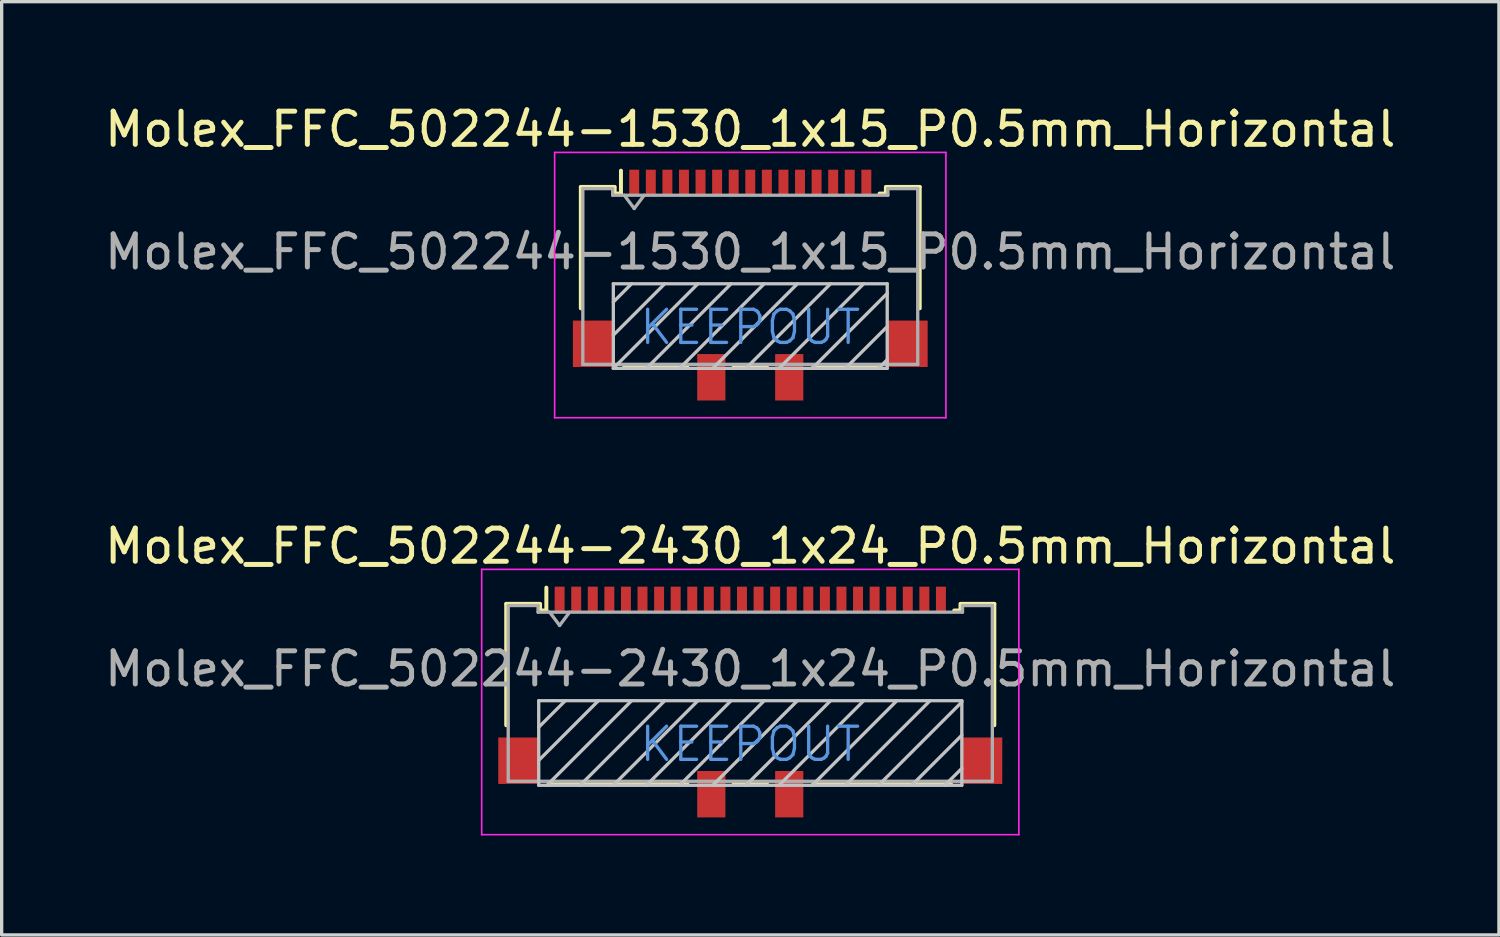
<source format=kicad_pcb>
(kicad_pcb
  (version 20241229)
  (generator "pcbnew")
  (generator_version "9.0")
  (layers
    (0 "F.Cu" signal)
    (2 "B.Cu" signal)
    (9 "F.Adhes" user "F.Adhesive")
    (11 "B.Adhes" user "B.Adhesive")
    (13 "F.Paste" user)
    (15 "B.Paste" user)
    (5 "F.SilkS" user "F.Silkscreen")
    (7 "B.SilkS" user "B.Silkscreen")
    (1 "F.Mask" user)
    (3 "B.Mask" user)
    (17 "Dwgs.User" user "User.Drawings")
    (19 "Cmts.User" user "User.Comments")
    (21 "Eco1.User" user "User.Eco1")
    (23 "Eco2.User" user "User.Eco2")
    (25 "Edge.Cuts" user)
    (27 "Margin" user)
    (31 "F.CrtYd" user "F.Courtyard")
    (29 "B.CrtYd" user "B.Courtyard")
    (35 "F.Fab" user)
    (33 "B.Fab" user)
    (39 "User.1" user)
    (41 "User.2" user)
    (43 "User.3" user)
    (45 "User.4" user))
  (footprint "Molex_FFC_502244-2430_1x24_P0.5mm_Horizontal"
    (layer "F.Cu")
    (at 19.577 18.122)
    (property "Reference" "Molex_FFC_502244-2430_1x24_P0.5mm_Horizontal" (at 0 -4.7 0) (layer "F.SilkS") (effects (font (size 1 1) (thickness 0.15))))
    (attr smd)
    (fp_line (start -7.36 -2.96) (end -6.35 -2.96) (stroke (width 0.12) (type solid)) (layer "F.SilkS"))
    (fp_line (start -7.36 0.7) (end -7.36 -2.96) (stroke (width 0.12) (type solid)) (layer "F.SilkS"))
    (fp_line (start -6.34 -2.76) (end -6.34 -2.96) (stroke (width 0.12) (type solid)) (layer "F.SilkS"))
    (fp_line (start -6.34 -2.76) (end -6.15 -2.76) (stroke (width 0.12) (type solid)) (layer "F.SilkS"))
    (fp_line (start -6.15 -2.76) (end -6.15 -3.45) (stroke (width 0.12) (type solid)) (layer "F.SilkS"))
    (fp_line (start -6.05 2.45) (end -1.9 2.45) (stroke (width 0.12) (type solid)) (layer "F.SilkS"))
    (fp_line (start -0.5 2.45) (end 0.5 2.45) (stroke (width 0.12) (type solid)) (layer "F.SilkS"))
    (fp_line (start 1.9 2.45) (end 6.05 2.45) (stroke (width 0.12) (type solid)) (layer "F.SilkS"))
    (fp_line (start 6.34 -2.96) (end 6.34 -2.76) (stroke (width 0.12) (type solid)) (layer "F.SilkS"))
    (fp_line (start 6.34 -2.76) (end 6.15 -2.76) (stroke (width 0.12) (type solid)) (layer "F.SilkS"))
    (fp_line (start 6.35 -2.96) (end 7.36 -2.96) (stroke (width 0.12) (type solid)) (layer "F.SilkS"))
    (fp_line (start 7.36 -2.96) (end 7.36 0.7) (stroke (width 0.12) (type solid)) (layer "F.SilkS"))
    (fp_line (start -6.38 -0.04) (end 6.38 -0.04) (stroke (width 0.1) (type solid)) (layer "Dwgs.User"))
    (fp_line (start -6.38 0.76) (end -5.58 -0.04) (stroke (width 0.1) (type solid)) (layer "Dwgs.User"))
    (fp_line (start -6.38 1.76) (end -4.58 -0.04) (stroke (width 0.1) (type solid)) (layer "Dwgs.User"))
    (fp_line (start -6.38 2.51) (end -6.38 -0.04) (stroke (width 0.1) (type solid)) (layer "Dwgs.User"))
    (fp_line (start -6.13 2.51) (end -3.58 -0.04) (stroke (width 0.1) (type solid)) (layer "Dwgs.User"))
    (fp_line (start -5.13 2.51) (end -2.58 -0.04) (stroke (width 0.1) (type solid)) (layer "Dwgs.User"))
    (fp_line (start -4.13 2.51) (end -1.58 -0.04) (stroke (width 0.1) (type solid)) (layer "Dwgs.User"))
    (fp_line (start -3.13 2.51) (end -0.58 -0.04) (stroke (width 0.1) (type solid)) (layer "Dwgs.User"))
    (fp_line (start -2.13 2.51) (end 0.42 -0.04) (stroke (width 0.1) (type solid)) (layer "Dwgs.User"))
    (fp_line (start -1.13 2.51) (end 1.42 -0.04) (stroke (width 0.1) (type solid)) (layer "Dwgs.User"))
    (fp_line (start -0.13 2.51) (end 2.42 -0.04) (stroke (width 0.1) (type solid)) (layer "Dwgs.User"))
    (fp_line (start 0.87 2.51) (end 3.42 -0.04) (stroke (width 0.1) (type solid)) (layer "Dwgs.User"))
    (fp_line (start 1.87 2.51) (end 4.42 -0.04) (stroke (width 0.1) (type solid)) (layer "Dwgs.User"))
    (fp_line (start 2.87 2.51) (end 5.42 -0.04) (stroke (width 0.1) (type solid)) (layer "Dwgs.User"))
    (fp_line (start 3.87 2.51) (end 6.38 0) (stroke (width 0.1) (type solid)) (layer "Dwgs.User"))
    (fp_line (start 4.87 2.51) (end 6.38 1) (stroke (width 0.1) (type solid)) (layer "Dwgs.User"))
    (fp_line (start 5.87 2.51) (end 6.38 2) (stroke (width 0.1) (type solid)) (layer "Dwgs.User"))
    (fp_line (start 6.38 -0.04) (end 6.38 2.51) (stroke (width 0.1) (type solid)) (layer "Dwgs.User"))
    (fp_line (start 6.38 2.51) (end -6.38 2.51) (stroke (width 0.1) (type solid)) (layer "Dwgs.User"))
    (fp_line (start -8.1 -4) (end 8.1 -4) (stroke (width 0.05) (type solid)) (layer "F.CrtYd"))
    (fp_line (start -8.1 4) (end -8.1 -4) (stroke (width 0.05) (type solid)) (layer "F.CrtYd"))
    (fp_line (start 8.1 -4) (end 8.1 4) (stroke (width 0.05) (type solid)) (layer "F.CrtYd"))
    (fp_line (start 8.1 4) (end -8.1 4) (stroke (width 0.05) (type solid)) (layer "F.CrtYd"))
    (fp_line (start -7.3 -2.91) (end -7.3 2.39) (stroke (width 0.1) (type solid)) (layer "F.Fab"))
    (fp_line (start -7.3 2.39) (end 7.3 2.39) (stroke (width 0.1) (type solid)) (layer "F.Fab"))
    (fp_line (start -6.4 -2.91) (end -7.3 -2.91) (stroke (width 0.1) (type solid)) (layer "F.Fab"))
    (fp_line (start -6.4 -2.71) (end -6.4 -2.91) (stroke (width 0.1) (type solid)) (layer "F.Fab"))
    (fp_line (start -6.05 -2.71) (end -5.75 -2.31) (stroke (width 0.1) (type solid)) (layer "F.Fab"))
    (fp_line (start -5.75 -2.31) (end -5.45 -2.71) (stroke (width 0.1) (type solid)) (layer "F.Fab"))
    (fp_line (start 6.4 -2.91) (end 6.4 -2.71) (stroke (width 0.1) (type solid)) (layer "F.Fab"))
    (fp_line (start 6.4 -2.71) (end -6.4 -2.71) (stroke (width 0.1) (type solid)) (layer "F.Fab"))
    (fp_line (start 7.3 -2.91) (end 6.4 -2.91) (stroke (width 0.1) (type solid)) (layer "F.Fab"))
    (fp_line (start 7.3 -2.91) (end 7.3 2.39) (stroke (width 0.1) (type solid)) (layer "F.Fab"))
    (fp_text user "KEEPOUT" (at 0 1.271 0) (layer "Cmts.User") (effects (font (size 1 1) (thickness 0.1))))
    (fp_text user "${REFERENCE}" (at 0 -1 0) (layer "F.Fab") (effects (font (size 1 1) (thickness 0.15))))
    (pad "" smd rect (at -6.99 1.77) (size 1.22 1.4) (layers "F.Cu" "F.Mask" "F.Paste"))
    (pad "" smd rect (at -1.175 2.78) (size 0.85 1.4) (layers "F.Cu" "F.Mask" "F.Paste"))
    (pad "" smd rect (at 1.175 2.78) (size 0.85 1.4) (layers "F.Cu" "F.Mask" "F.Paste"))
    (pad "" smd rect (at 6.99 1.77) (size 1.22 1.4) (layers "F.Cu" "F.Mask" "F.Paste"))
    (pad "1" smd rect (at -5.75 -3.08) (size 0.3 0.8) (layers "F.Cu" "F.Mask" "F.Paste"))
    (pad "2" smd rect (at -5.25 -3.08) (size 0.3 0.8) (layers "F.Cu" "F.Mask" "F.Paste"))
    (pad "3" smd rect (at -4.75 -3.08) (size 0.3 0.8) (layers "F.Cu" "F.Mask" "F.Paste"))
    (pad "4" smd rect (at -4.25 -3.08) (size 0.3 0.8) (layers "F.Cu" "F.Mask" "F.Paste"))
    (pad "5" smd rect (at -3.75 -3.08) (size 0.3 0.8) (layers "F.Cu" "F.Mask" "F.Paste"))
    (pad "6" smd rect (at -3.25 -3.08) (size 0.3 0.8) (layers "F.Cu" "F.Mask" "F.Paste"))
    (pad "7" smd rect (at -2.75 -3.08) (size 0.3 0.8) (layers "F.Cu" "F.Mask" "F.Paste"))
    (pad "8" smd rect (at -2.25 -3.08) (size 0.3 0.8) (layers "F.Cu" "F.Mask" "F.Paste"))
    (pad "9" smd rect (at -1.75 -3.08) (size 0.3 0.8) (layers "F.Cu" "F.Mask" "F.Paste"))
    (pad "10" smd rect (at -1.25 -3.08) (size 0.3 0.8) (layers "F.Cu" "F.Mask" "F.Paste"))
    (pad "11" smd rect (at -0.75 -3.08) (size 0.3 0.8) (layers "F.Cu" "F.Mask" "F.Paste"))
    (pad "12" smd rect (at -0.25 -3.08) (size 0.3 0.8) (layers "F.Cu" "F.Mask" "F.Paste"))
    (pad "13" smd rect (at 0.25 -3.08) (size 0.3 0.8) (layers "F.Cu" "F.Mask" "F.Paste"))
    (pad "14" smd rect (at 0.75 -3.08) (size 0.3 0.8) (layers "F.Cu" "F.Mask" "F.Paste"))
    (pad "15" smd rect (at 1.25 -3.08) (size 0.3 0.8) (layers "F.Cu" "F.Mask" "F.Paste"))
    (pad "16" smd rect (at 1.75 -3.08) (size 0.3 0.8) (layers "F.Cu" "F.Mask" "F.Paste"))
    (pad "17" smd rect (at 2.25 -3.08) (size 0.3 0.8) (layers "F.Cu" "F.Mask" "F.Paste"))
    (pad "18" smd rect (at 2.75 -3.08) (size 0.3 0.8) (layers "F.Cu" "F.Mask" "F.Paste"))
    (pad "19" smd rect (at 3.25 -3.08) (size 0.3 0.8) (layers "F.Cu" "F.Mask" "F.Paste"))
    (pad "20" smd rect (at 3.75 -3.08) (size 0.3 0.8) (layers "F.Cu" "F.Mask" "F.Paste"))
    (pad "21" smd rect (at 4.25 -3.08) (size 0.3 0.8) (layers "F.Cu" "F.Mask" "F.Paste"))
    (pad "22" smd rect (at 4.75 -3.08) (size 0.3 0.8) (layers "F.Cu" "F.Mask" "F.Paste"))
    (pad "23" smd rect (at 5.25 -3.08) (size 0.3 0.8) (layers "F.Cu" "F.Mask" "F.Paste"))
    (pad "24" smd rect (at 5.75 -3.08) (size 0.3 0.8) (layers "F.Cu" "F.Mask" "F.Paste")))
  (footprint "Molex_FFC_502244-1530_1x15_P0.5mm_Horizontal"
    (layer "F.Cu")
    (at 19.577 5.548)
    (property "Reference" "Molex_FFC_502244-1530_1x15_P0.5mm_Horizontal" (at 0 -4.7 0) (layer "F.SilkS") (effects (font (size 1 1) (thickness 0.15))))
    (attr smd)
    (fp_line (start -5.11 -2.96) (end -4.1 -2.96) (stroke (width 0.12) (type solid)) (layer "F.SilkS"))
    (fp_line (start -5.11 0.7) (end -5.11 -2.96) (stroke (width 0.12) (type solid)) (layer "F.SilkS"))
    (fp_line (start -4.09 -2.76) (end -4.09 -2.96) (stroke (width 0.12) (type solid)) (layer "F.SilkS"))
    (fp_line (start -4.09 -2.76) (end -3.9 -2.76) (stroke (width 0.12) (type solid)) (layer "F.SilkS"))
    (fp_line (start -3.9 -2.76) (end -3.9 -3.45) (stroke (width 0.12) (type solid)) (layer "F.SilkS"))
    (fp_line (start -3.8 2.45) (end -1.9 2.45) (stroke (width 0.12) (type solid)) (layer "F.SilkS"))
    (fp_line (start -0.5 2.45) (end 0.5 2.45) (stroke (width 0.12) (type solid)) (layer "F.SilkS"))
    (fp_line (start 1.9 2.45) (end 3.8 2.45) (stroke (width 0.12) (type solid)) (layer "F.SilkS"))
    (fp_line (start 4.09 -2.96) (end 4.09 -2.76) (stroke (width 0.12) (type solid)) (layer "F.SilkS"))
    (fp_line (start 4.09 -2.76) (end 3.9 -2.76) (stroke (width 0.12) (type solid)) (layer "F.SilkS"))
    (fp_line (start 4.1 -2.96) (end 5.11 -2.96) (stroke (width 0.12) (type solid)) (layer "F.SilkS"))
    (fp_line (start 5.11 -2.96) (end 5.11 0.7) (stroke (width 0.12) (type solid)) (layer "F.SilkS"))
    (fp_line (start -4.13 -0.04) (end 4.13 -0.04) (stroke (width 0.1) (type solid)) (layer "Dwgs.User"))
    (fp_line (start -4.13 0.51) (end -3.58 -0.04) (stroke (width 0.1) (type solid)) (layer "Dwgs.User"))
    (fp_line (start -4.13 1.51) (end -2.58 -0.04) (stroke (width 0.1) (type solid)) (layer "Dwgs.User"))
    (fp_line (start -4.13 2.51) (end -4.13 -0.04) (stroke (width 0.1) (type solid)) (layer "Dwgs.User"))
    (fp_line (start -4.13 2.51) (end -1.58 -0.04) (stroke (width 0.1) (type solid)) (layer "Dwgs.User"))
    (fp_line (start -3.13 2.51) (end -0.58 -0.04) (stroke (width 0.1) (type solid)) (layer "Dwgs.User"))
    (fp_line (start -2.13 2.51) (end 0.42 -0.04) (stroke (width 0.1) (type solid)) (layer "Dwgs.User"))
    (fp_line (start -1.13 2.51) (end 1.42 -0.04) (stroke (width 0.1) (type solid)) (layer "Dwgs.User"))
    (fp_line (start -0.13 2.51) (end 2.42 -0.04) (stroke (width 0.1) (type solid)) (layer "Dwgs.User"))
    (fp_line (start 0.87 2.51) (end 3.42 -0.04) (stroke (width 0.1) (type solid)) (layer "Dwgs.User"))
    (fp_line (start 1.87 2.51) (end 4.13 0.25) (stroke (width 0.1) (type solid)) (layer "Dwgs.User"))
    (fp_line (start 2.87 2.51) (end 4.13 1.25) (stroke (width 0.1) (type solid)) (layer "Dwgs.User"))
    (fp_line (start 3.87 2.51) (end 4.13 2.25) (stroke (width 0.1) (type solid)) (layer "Dwgs.User"))
    (fp_line (start 4.13 -0.04) (end 4.13 2.51) (stroke (width 0.1) (type solid)) (layer "Dwgs.User"))
    (fp_line (start 4.13 2.51) (end -4.13 2.51) (stroke (width 0.1) (type solid)) (layer "Dwgs.User"))
    (fp_line (start -5.9 -4) (end 5.9 -4) (stroke (width 0.05) (type solid)) (layer "F.CrtYd"))
    (fp_line (start -5.9 4) (end -5.9 -4) (stroke (width 0.05) (type solid)) (layer "F.CrtYd"))
    (fp_line (start 5.9 -4) (end 5.9 4) (stroke (width 0.05) (type solid)) (layer "F.CrtYd"))
    (fp_line (start 5.9 4) (end -5.9 4) (stroke (width 0.05) (type solid)) (layer "F.CrtYd"))
    (fp_line (start -5.05 -2.91) (end -5.05 2.39) (stroke (width 0.1) (type solid)) (layer "F.Fab"))
    (fp_line (start -5.05 2.39) (end 5.05 2.39) (stroke (width 0.1) (type solid)) (layer "F.Fab"))
    (fp_line (start -4.15 -2.91) (end -5.05 -2.91) (stroke (width 0.1) (type solid)) (layer "F.Fab"))
    (fp_line (start -4.15 -2.71) (end -4.15 -2.91) (stroke (width 0.1) (type solid)) (layer "F.Fab"))
    (fp_line (start -3.8 -2.71) (end -3.5 -2.31) (stroke (width 0.1) (type solid)) (layer "F.Fab"))
    (fp_line (start -3.5 -2.31) (end -3.2 -2.71) (stroke (width 0.1) (type solid)) (layer "F.Fab"))
    (fp_line (start 4.15 -2.91) (end 4.15 -2.71) (stroke (width 0.1) (type solid)) (layer "F.Fab"))
    (fp_line (start 4.15 -2.71) (end -4.15 -2.71) (stroke (width 0.1) (type solid)) (layer "F.Fab"))
    (fp_line (start 5.05 -2.91) (end 4.15 -2.91) (stroke (width 0.1) (type solid)) (layer "F.Fab"))
    (fp_line (start 5.05 -2.91) (end 5.05 2.39) (stroke (width 0.1) (type solid)) (layer "F.Fab"))
    (fp_text user "KEEPOUT" (at 0 1.271 0) (layer "Cmts.User") (effects (font (size 1 1) (thickness 0.1))))
    (fp_text user "${REFERENCE}" (at 0 -1 0) (layer "F.Fab") (effects (font (size 1 1) (thickness 0.15))))
    (pad "" smd rect (at -4.74 1.77) (size 1.22 1.4) (layers "F.Cu" "F.Mask" "F.Paste"))
    (pad "" smd rect (at -1.175 2.78) (size 0.85 1.4) (layers "F.Cu" "F.Mask" "F.Paste"))
    (pad "" smd rect (at 1.175 2.78) (size 0.85 1.4) (layers "F.Cu" "F.Mask" "F.Paste"))
    (pad "" smd rect (at 4.74 1.77) (size 1.22 1.4) (layers "F.Cu" "F.Mask" "F.Paste"))
    (pad "1" smd rect (at -3.5 -3.08) (size 0.3 0.8) (layers "F.Cu" "F.Mask" "F.Paste"))
    (pad "2" smd rect (at -3 -3.08) (size 0.3 0.8) (layers "F.Cu" "F.Mask" "F.Paste"))
    (pad "3" smd rect (at -2.5 -3.08) (size 0.3 0.8) (layers "F.Cu" "F.Mask" "F.Paste"))
    (pad "4" smd rect (at -2 -3.08) (size 0.3 0.8) (layers "F.Cu" "F.Mask" "F.Paste"))
    (pad "5" smd rect (at -1.5 -3.08) (size 0.3 0.8) (layers "F.Cu" "F.Mask" "F.Paste"))
    (pad "6" smd rect (at -1 -3.08) (size 0.3 0.8) (layers "F.Cu" "F.Mask" "F.Paste"))
    (pad "7" smd rect (at -0.5 -3.08) (size 0.3 0.8) (layers "F.Cu" "F.Mask" "F.Paste"))
    (pad "8" smd rect (at 0 -3.08) (size 0.3 0.8) (layers "F.Cu" "F.Mask" "F.Paste"))
    (pad "9" smd rect (at 0.5 -3.08) (size 0.3 0.8) (layers "F.Cu" "F.Mask" "F.Paste"))
    (pad "10" smd rect (at 1 -3.08) (size 0.3 0.8) (layers "F.Cu" "F.Mask" "F.Paste"))
    (pad "11" smd rect (at 1.5 -3.08) (size 0.3 0.8) (layers "F.Cu" "F.Mask" "F.Paste"))
    (pad "12" smd rect (at 2 -3.08) (size 0.3 0.8) (layers "F.Cu" "F.Mask" "F.Paste"))
    (pad "13" smd rect (at 2.5 -3.08) (size 0.3 0.8) (layers "F.Cu" "F.Mask" "F.Paste"))
    (pad "14" smd rect (at 3 -3.08) (size 0.3 0.8) (layers "F.Cu" "F.Mask" "F.Paste"))
    (pad "15" smd rect (at 3.5 -3.08) (size 0.3 0.8) (layers "F.Cu" "F.Mask" "F.Paste")))
  (gr_rect
    (start -3 -3)
    (end 42.155 25.146)
    (stroke (width 0.1) (type default))
    (fill no)
    (layer "Edge.Cuts")))
</source>
